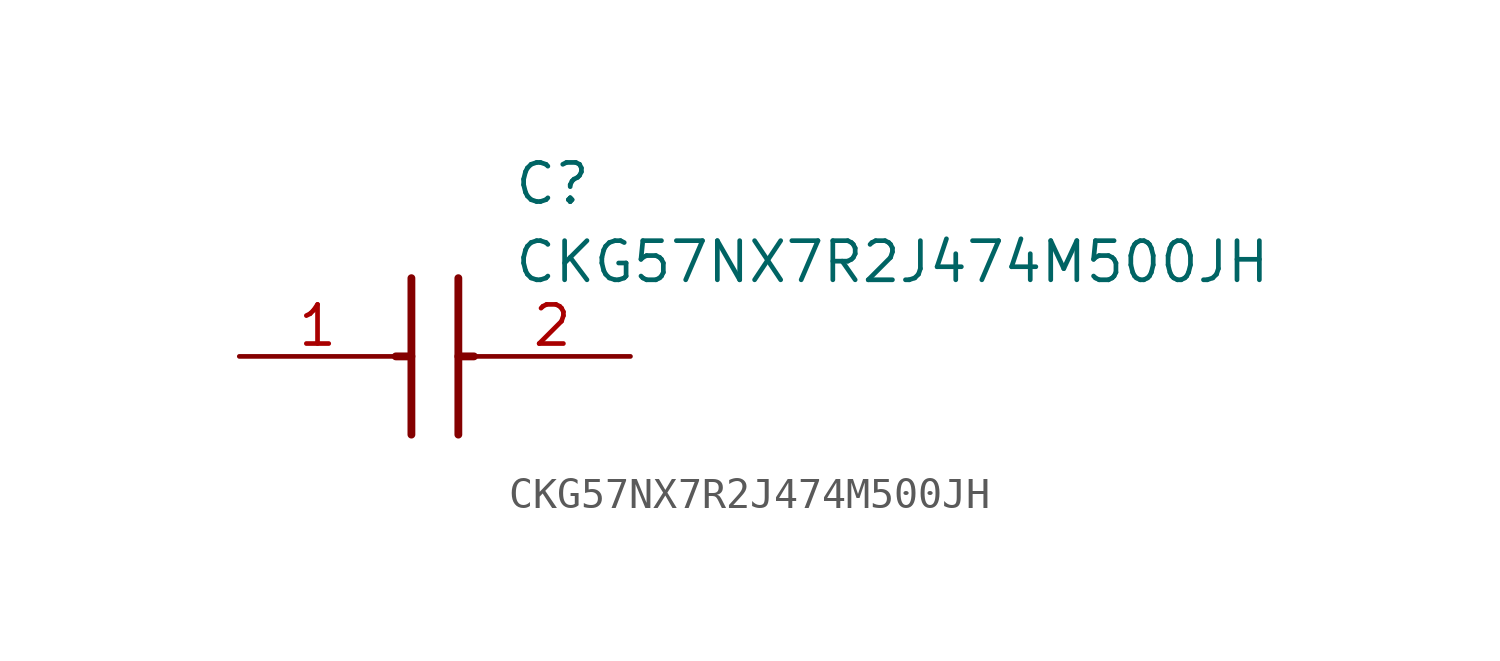
<source format=kicad_sym>
(kicad_symbol_lib
  (version 20211014)
  (generator SamacSys_ECAD_Model)
  (symbol "CKG57NX7R2J474M500JH"
    (pin_names hide)
    (property "Reference" "C"
      (at 8.89 6.35 0)
      (effects (font (size 1.27 1.27)) (justify left top)))
    (property "Value" "CKG57NX7R2J474M500JH"
      (at 8.89 3.81 0)
      (effects (font (size 1.27 1.27)) (justify left top)))
    (polyline
      (pts (xy 5.588 2.54) (xy 5.588 -2.54))
      (stroke (width 0.254) (type default))
      (fill (type none)))
    (polyline
      (pts (xy 7.112 2.54) (xy 7.112 -2.54))
      (stroke (width 0.254) (type default))
      (fill (type none)))
    (polyline
      (pts (xy 5.08 0) (xy 5.588 0))
      (stroke (width 0.254) (type default))
      (fill (type none)))
    (polyline
      (pts (xy 7.112 0) (xy 7.62 0))
      (stroke (width 0.254) (type default))
      (fill (type none)))
    (pin passive line
      (at 0 0 0)
      (length 5.08)
      (name "1" (effects (font (size 1.27 1.27))))
      (number "1" (effects (font (size 1.27 1.27)))))
    (pin passive line
      (at 12.7 0 180)
      (length 5.08)
      (name "2" (effects (font (size 1.27 1.27))))
      (number "2" (effects (font (size 1.27 1.27)))))))
</source>
